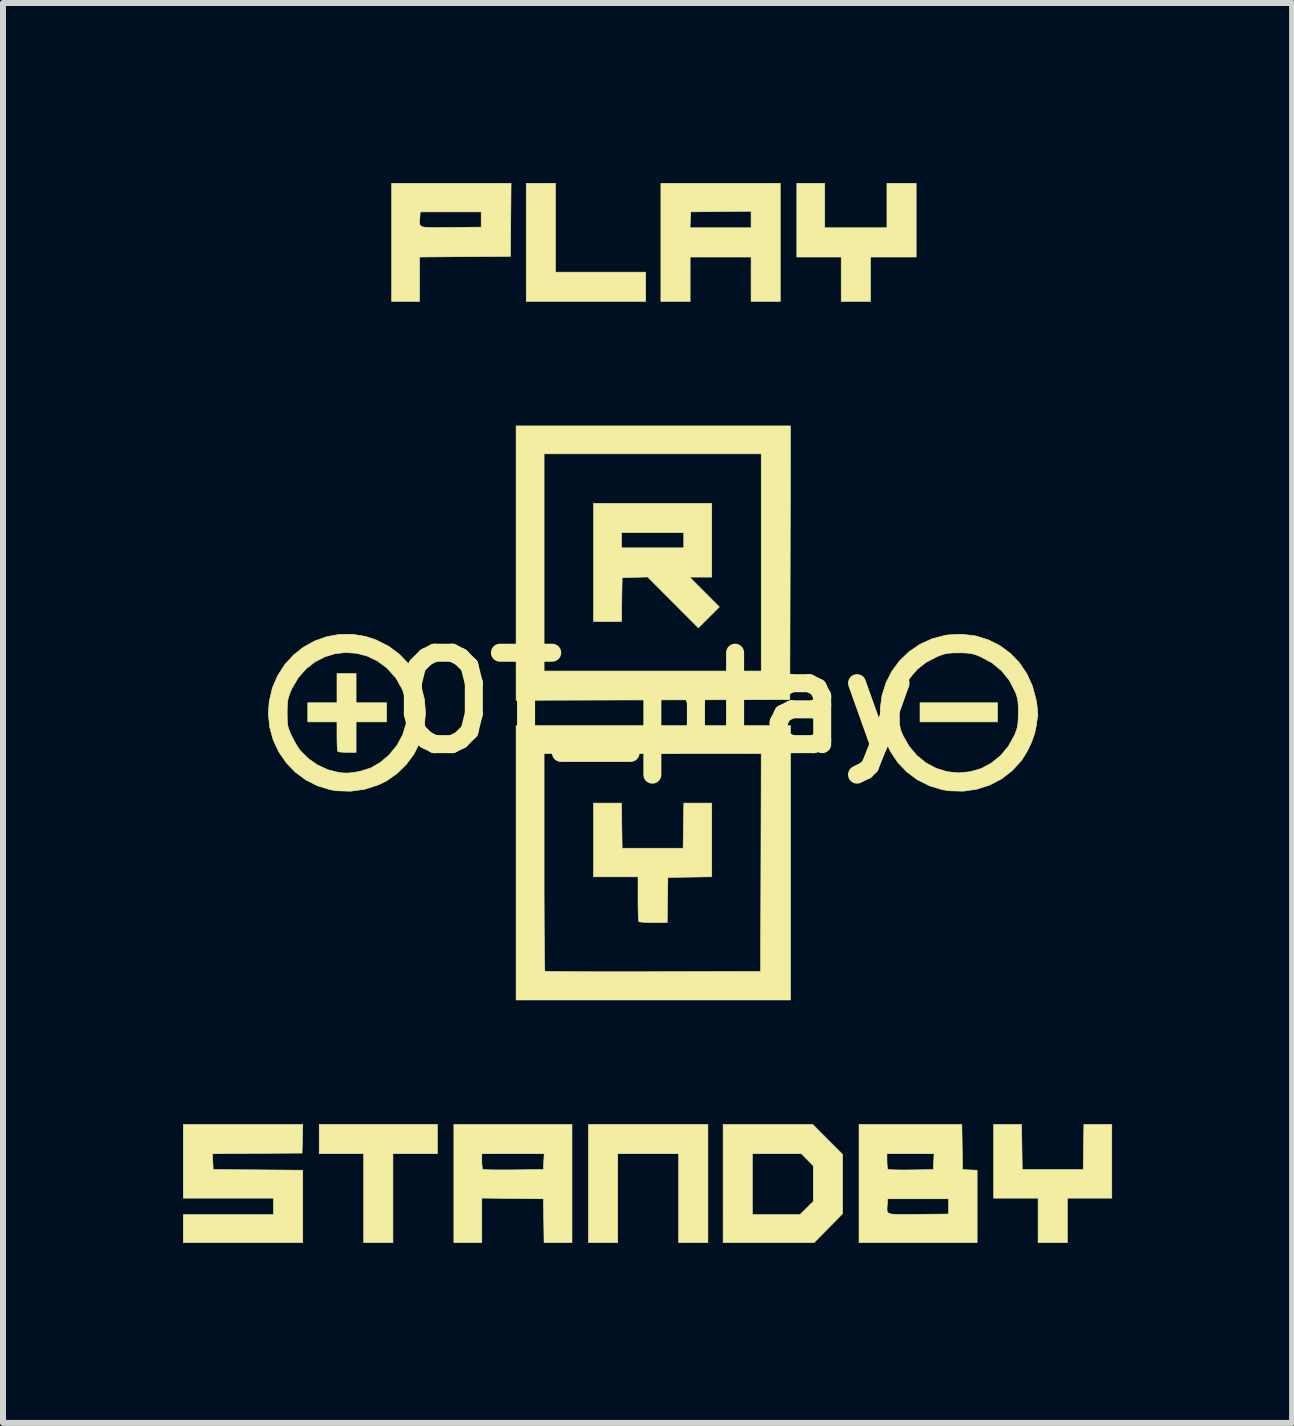
<source format=kicad_pcb>
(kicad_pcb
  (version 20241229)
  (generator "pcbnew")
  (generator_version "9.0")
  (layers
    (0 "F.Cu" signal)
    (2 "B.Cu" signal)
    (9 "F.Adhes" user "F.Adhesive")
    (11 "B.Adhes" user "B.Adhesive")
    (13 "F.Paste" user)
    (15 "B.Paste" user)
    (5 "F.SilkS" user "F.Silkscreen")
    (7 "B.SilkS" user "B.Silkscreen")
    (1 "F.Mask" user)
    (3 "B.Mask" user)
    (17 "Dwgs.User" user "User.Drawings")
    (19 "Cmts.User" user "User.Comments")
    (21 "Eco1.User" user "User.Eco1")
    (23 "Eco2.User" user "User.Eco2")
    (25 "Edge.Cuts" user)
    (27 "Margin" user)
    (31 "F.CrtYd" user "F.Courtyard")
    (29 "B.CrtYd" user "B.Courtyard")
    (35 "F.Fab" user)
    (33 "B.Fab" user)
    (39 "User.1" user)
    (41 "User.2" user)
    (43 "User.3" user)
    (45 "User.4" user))
  (footprint "OT_play"
    (layer "F.Cu")
    (at 7.858 8.662)
    (property "Reference" "OT_play" (at 0 0 0) (layer "F.SilkS") (effects (font (size 1.524 1.524) (thickness 0.3))))
    (attr through_hole)
    (fp_poly (pts (xy 5.715 0.318) (xy 4.424 0.318) (xy 4.424 0) (xy 5.715 0) (xy 5.715 0.318)) (stroke (width 0.01) (type solid)) (fill yes) (layer "F.SilkS"))
    (fp_poly (pts (xy -1.651 -7.176) (xy -0.148 -7.176) (xy -0.148 -6.689) (xy -2.138 -6.689) (xy -2.138 -8.657) (xy -1.651 -8.657) (xy -1.651 -7.176)) (stroke (width 0.01) (type solid)) (fill yes) (layer "F.SilkS"))
    (fp_poly (pts (xy -3.619 7.514) (xy -4.36 7.514) (xy -4.36 8.996) (xy -4.847 8.996) (xy -4.847 7.514) (xy -5.588 7.514) (xy -5.588 7.027) (xy -3.619 7.027) (xy -3.619 7.514)) (stroke (width 0.01) (type solid)) (fill yes) (layer "F.SilkS"))
    (fp_poly (pts (xy 0.889 8.996) (xy 0.402 8.996) (xy 0.402 7.514) (xy -0.614 7.514) (xy -0.614 8.996) (xy -1.101 8.996) (xy -1.101 7.027) (xy 0.889 7.027) (xy 0.889 8.996)) (stroke (width 0.01) (type solid)) (fill yes) (layer "F.SilkS"))
    (fp_poly (pts (xy 2.836 -7.916) (xy 3.873 -7.916) (xy 3.873 -8.657) (xy 4.36 -8.657) (xy 4.36 -7.429) (xy 3.598 -7.429) (xy 3.598 -6.689) (xy 3.111 -6.689) (xy 3.111 -7.429) (xy 2.371 -7.429) (xy 2.371 -8.657) (xy 2.836 -8.657) (xy 2.836 -7.916)) (stroke (width 0.01) (type solid)) (fill yes) (layer "F.SilkS"))
    (fp_poly (pts (xy 2.26 -2.334) (xy 2.254 -0.053) (xy -0.026 -0.048) (xy -2.307 -0.042) (xy -2.307 -4.149) (xy -1.841 -4.149) (xy -1.841 -0.529) (xy 1.778 -0.529) (xy 1.778 -4.149) (xy -1.841 -4.149) (xy -2.307 -4.149) (xy -2.307 -4.614) (xy 2.265 -4.614) (xy 2.26 -2.334)) (stroke (width 0.01) (type solid)) (fill yes) (layer "F.SilkS"))
    (fp_poly (pts (xy 6.122 7.403) (xy 6.128 7.779) (xy 7.144 7.779) (xy 7.15 7.403) (xy 7.155 7.027) (xy 7.62 7.027) (xy 7.62 8.255) (xy 6.879 8.255) (xy 6.879 8.996) (xy 6.392 8.996) (xy 6.392 8.255) (xy 5.652 8.255) (xy 5.652 7.027) (xy 6.116 7.027) (xy 6.122 7.403)) (stroke (width 0.01) (type solid)) (fill yes) (layer "F.SilkS"))
    (fp_poly (pts (xy -5.868 7.265) (xy -5.874 7.504) (xy -6.621 7.509) (xy -7.368 7.515) (xy -7.362 7.647) (xy -7.355 7.779) (xy -6.609 7.784) (xy -5.863 7.79) (xy -5.863 8.996) (xy -7.853 8.996) (xy -7.853 8.53) (xy -6.35 8.53) (xy -6.35 8.255) (xy -7.853 8.255) (xy -7.853 7.027) (xy -5.862 7.027) (xy -5.868 7.265)) (stroke (width 0.01) (type solid)) (fill yes) (layer "F.SilkS"))
    (fp_poly (pts (xy 2.095 -6.689) (xy 1.609 -6.689) (xy 1.609 -7.429) (xy 0.593 -7.429) (xy 0.593 -6.689) (xy 0.106 -6.689) (xy 0.106 -7.916) (xy 0.591 -7.916) (xy 1.609 -7.916) (xy 1.609 -8.192) (xy 1.106 -8.187) (xy 0.603 -8.181) (xy 0.591 -7.916) (xy 0.106 -7.916) (xy 0.106 -8.657) (xy 2.095 -8.657) (xy 2.095 -6.689)) (stroke (width 0.01) (type solid)) (fill yes) (layer "F.SilkS"))
    (fp_poly (pts (xy 2.884 7.276) (xy 3.133 7.525) (xy 3.133 8.515) (xy 2.896 8.756) (xy 2.659 8.996) (xy 1.143 8.996) (xy 1.143 7.514) (xy 1.63 7.514) (xy 1.63 8.53) (xy 2.422 8.53) (xy 2.534 8.42) (xy 2.646 8.309) (xy 2.646 7.717) (xy 2.546 7.615) (xy 2.446 7.514) (xy 1.63 7.514) (xy 1.143 7.514) (xy 1.143 7.027) (xy 2.636 7.027) (xy 2.884 7.276)) (stroke (width 0.01) (type solid)) (fill yes) (layer "F.SilkS"))
    (fp_poly (pts (xy -4.974 0) (xy -4.466 0) (xy -4.466 0.318) (xy -4.974 0.318) (xy -4.974 0.826) (xy -5.119 0.826) (xy -5.193 0.824) (xy -5.25 0.819) (xy -5.278 0.811) (xy -5.278 0.811) (xy -5.283 0.786) (xy -5.288 0.727) (xy -5.291 0.644) (xy -5.292 0.557) (xy -5.292 0.318) (xy -5.779 0.318) (xy -5.779 0) (xy -5.292 0) (xy -5.292 -0.487) (xy -4.974 -0.487) (xy -4.974 0)) (stroke (width 0.01) (type solid)) (fill yes) (layer "F.SilkS"))
    (fp_poly (pts (xy 0.953 -2.095) (xy 0.583 -2.095) (xy 1.08 -1.597) (xy 0.905 -1.423) (xy 0.73 -1.249) (xy 0.307 -1.673) (xy -0.116 -2.097) (xy -0.328 -2.091) (xy -0.54 -2.085) (xy -0.546 -1.72) (xy -0.551 -1.355) (xy -1.016 -1.355) (xy -1.016 -2.836) (xy -0.55 -2.836) (xy -0.55 -2.582) (xy 0.487 -2.582) (xy 0.487 -2.836) (xy -0.55 -2.836) (xy -1.016 -2.836) (xy -1.016 -3.323) (xy 0.953 -3.323) (xy 0.953 -2.095)) (stroke (width 0.01) (type solid)) (fill yes) (layer "F.SilkS"))
    (fp_poly (pts (xy -2.402 -7.44) (xy -3.159 -7.435) (xy -3.916 -7.429) (xy -3.916 -6.689) (xy -4.381 -6.689) (xy -4.381 -7.989) (xy -3.916 -7.989) (xy -3.908 -7.96) (xy -3.888 -7.941) (xy -3.85 -7.928) (xy -3.79 -7.921) (xy -3.703 -7.919) (xy -3.585 -7.919) (xy -3.429 -7.921) (xy -3.392 -7.921) (xy -2.889 -7.927) (xy -2.889 -8.181) (xy -3.905 -8.181) (xy -3.912 -8.078) (xy -3.915 -8.028) (xy -3.916 -7.989) (xy -4.381 -7.989) (xy -4.381 -8.657) (xy -2.391 -8.657) (xy -2.402 -7.44)) (stroke (width 0.01) (type solid)) (fill yes) (layer "F.SilkS"))
    (fp_poly (pts (xy -0.546 2.048) (xy -0.54 2.424) (xy 0.476 2.424) (xy 0.488 1.672) (xy 0.953 1.672) (xy 0.953 2.899) (xy 0.587 2.905) (xy 0.222 2.91) (xy 0.216 3.286) (xy 0.211 3.662) (xy -0.018 3.662) (xy -0.113 3.661) (xy -0.191 3.657) (xy -0.244 3.652) (xy -0.261 3.648) (xy -0.266 3.623) (xy -0.27 3.563) (xy -0.273 3.475) (xy -0.275 3.366) (xy -0.275 3.267) (xy -0.275 2.9) (xy -1.016 2.9) (xy -1.016 1.672) (xy -0.551 1.672) (xy -0.546 2.048)) (stroke (width 0.01) (type solid)) (fill yes) (layer "F.SilkS"))
    (fp_poly (pts (xy -1.376 8.996) (xy -1.841 8.996) (xy -1.846 8.631) (xy -1.852 8.266) (xy -2.365 8.26) (xy -2.879 8.254) (xy -2.879 8.996) (xy -3.344 8.996) (xy -3.344 7.514) (xy -2.879 7.514) (xy -2.879 7.638) (xy -2.876 7.707) (xy -2.87 7.757) (xy -2.864 7.776) (xy -2.84 7.779) (xy -2.779 7.782) (xy -2.688 7.784) (xy -2.573 7.785) (xy -2.44 7.785) (xy -2.351 7.784) (xy -1.852 7.779) (xy -1.846 7.646) (xy -1.839 7.514) (xy -2.879 7.514) (xy -3.344 7.514) (xy -3.344 7.027) (xy -1.376 7.027) (xy -1.376 8.996)) (stroke (width 0.01) (type solid)) (fill yes) (layer "F.SilkS"))
    (fp_poly (pts (xy 2.265 4.953) (xy -2.307 4.953) (xy -2.307 0.847) (xy -1.841 0.847) (xy -1.841 2.653) (xy -1.841 2.926) (xy -1.841 3.186) (xy -1.84 3.432) (xy -1.839 3.659) (xy -1.838 3.864) (xy -1.836 4.045) (xy -1.835 4.198) (xy -1.833 4.321) (xy -1.831 4.409) (xy -1.829 4.461) (xy -1.827 4.473) (xy -1.804 4.475) (xy -1.742 4.477) (xy -1.644 4.479) (xy -1.513 4.48) (xy -1.352 4.481) (xy -1.164 4.482) (xy -0.953 4.483) (xy -0.721 4.483) (xy -0.471 4.483) (xy -0.208 4.483) (xy -0.023 4.482) (xy 1.767 4.477) (xy 1.773 2.662) (xy 1.778 0.847) (xy -1.841 0.847) (xy -2.307 0.847) (xy -2.307 0.381) (xy 2.265 0.381) (xy 2.265 4.953)) (stroke (width 0.01) (type solid)) (fill yes) (layer "F.SilkS"))
    (fp_poly (pts (xy 5.127 7.403) (xy 5.133 7.779) (xy 5.255 7.785) (xy 5.376 7.791) (xy 5.376 8.996) (xy 3.408 8.996) (xy 3.408 8.458) (xy 3.874 8.458) (xy 3.881 8.486) (xy 3.901 8.506) (xy 3.939 8.519) (xy 3.999 8.525) (xy 4.086 8.528) (xy 4.205 8.528) (xy 4.36 8.526) (xy 4.397 8.525) (xy 4.9 8.52) (xy 4.9 8.266) (xy 3.884 8.266) (xy 3.878 8.369) (xy 3.874 8.419) (xy 3.874 8.458) (xy 3.408 8.458) (xy 3.408 7.514) (xy 3.873 7.514) (xy 3.873 7.638) (xy 3.876 7.707) (xy 3.882 7.758) (xy 3.888 7.776) (xy 3.913 7.78) (xy 3.973 7.783) (xy 4.061 7.785) (xy 4.171 7.786) (xy 4.274 7.785) (xy 4.646 7.779) (xy 4.652 7.646) (xy 4.659 7.514) (xy 3.873 7.514) (xy 3.408 7.514) (xy 3.408 7.027) (xy 5.121 7.027) (xy 5.127 7.403)) (stroke (width 0.01) (type solid)) (fill yes) (layer "F.SilkS"))
    (fp_poly (pts (xy -4.818 -1.106) (xy -4.641 -1.048) (xy -4.431 -0.942) (xy -4.249 -0.806) (xy -4.097 -0.645) (xy -3.976 -0.463) (xy -3.887 -0.264) (xy -3.834 -0.052) (xy -3.817 0.17) (xy -3.838 0.397) (xy -3.898 0.624) (xy -3.916 0.671) (xy -4.01 0.856) (xy -4.137 1.027) (xy -4.291 1.178) (xy -4.462 1.299) (xy -4.595 1.365) (xy -4.83 1.441) (xy -5.065 1.474) (xy -5.299 1.466) (xy -5.397 1.45) (xy -5.614 1.385) (xy -5.812 1.285) (xy -5.987 1.155) (xy -6.138 0.998) (xy -6.262 0.818) (xy -6.354 0.621) (xy -6.413 0.409) (xy -6.436 0.188) (xy -6.435 0.169) (xy -6.122 0.169) (xy -6.121 0.272) (xy -6.117 0.347) (xy -6.106 0.407) (xy -6.086 0.465) (xy -6.055 0.537) (xy -6.048 0.55) (xy -6.003 0.639) (xy -5.953 0.726) (xy -5.907 0.793) (xy -5.903 0.798) (xy -5.771 0.93) (xy -5.613 1.038) (xy -5.438 1.118) (xy -5.263 1.161) (xy -5.184 1.17) (xy -5.116 1.171) (xy -5.045 1.165) (xy -4.954 1.151) (xy -4.904 1.141) (xy -4.731 1.087) (xy -4.568 0.993) (xy -4.424 0.87) (xy -4.293 0.71) (xy -4.198 0.536) (xy -4.141 0.352) (xy -4.122 0.162) (xy -4.141 -0.028) (xy -4.198 -0.213) (xy -4.295 -0.389) (xy -4.325 -0.431) (xy -4.464 -0.583) (xy -4.62 -0.698) (xy -4.789 -0.779) (xy -4.966 -0.825) (xy -5.146 -0.838) (xy -5.325 -0.818) (xy -5.498 -0.765) (xy -5.661 -0.68) (xy -5.809 -0.564) (xy -5.937 -0.418) (xy -6.042 -0.241) (xy -6.064 -0.191) (xy -6.091 -0.12) (xy -6.109 -0.057) (xy -6.118 0.013) (xy -6.122 0.103) (xy -6.122 0.169) (xy -6.435 0.169) (xy -6.422 -0.021) (xy -6.369 -0.247) (xy -6.281 -0.452) (xy -6.163 -0.635) (xy -6.019 -0.794) (xy -5.852 -0.926) (xy -5.666 -1.029) (xy -5.466 -1.101) (xy -5.256 -1.139) (xy -5.038 -1.142) (xy -4.818 -1.106)) (stroke (width 0.01) (type solid)) (fill yes) (layer "F.SilkS"))
    (fp_poly (pts (xy 5.349 -1.115) (xy 5.561 -1.05) (xy 5.756 -0.952) (xy 5.931 -0.823) (xy 6.082 -0.665) (xy 6.206 -0.481) (xy 6.3 -0.273) (xy 6.36 -0.045) (xy 6.37 0.015) (xy 6.38 0.102) (xy 6.386 0.173) (xy 6.388 0.217) (xy 6.386 0.227) (xy 6.379 0.255) (xy 6.37 0.313) (xy 6.363 0.375) (xy 6.336 0.506) (xy 6.285 0.653) (xy 6.215 0.801) (xy 6.132 0.936) (xy 6.107 0.971) (xy 5.956 1.135) (xy 5.779 1.27) (xy 5.581 1.373) (xy 5.367 1.441) (xy 5.144 1.473) (xy 4.917 1.467) (xy 4.805 1.45) (xy 4.583 1.384) (xy 4.381 1.283) (xy 4.202 1.15) (xy 4.049 0.988) (xy 3.925 0.801) (xy 3.833 0.592) (xy 3.777 0.365) (xy 3.771 0.328) (xy 3.762 0.119) (xy 4.078 0.119) (xy 4.078 0.169) (xy 4.08 0.28) (xy 4.084 0.36) (xy 4.094 0.421) (xy 4.11 0.476) (xy 4.136 0.536) (xy 4.137 0.54) (xy 4.241 0.723) (xy 4.371 0.878) (xy 4.523 1.001) (xy 4.693 1.092) (xy 4.875 1.148) (xy 5.066 1.168) (xy 5.261 1.149) (xy 5.44 1.097) (xy 5.612 1.006) (xy 5.766 0.881) (xy 5.896 0.726) (xy 5.996 0.547) (xy 6.006 0.525) (xy 6.032 0.455) (xy 6.049 0.392) (xy 6.058 0.319) (xy 6.062 0.225) (xy 6.063 0.169) (xy 6.062 0.058) (xy 6.056 -0.024) (xy 6.043 -0.091) (xy 6.022 -0.156) (xy 6.013 -0.18) (xy 5.915 -0.37) (xy 5.786 -0.532) (xy 5.626 -0.664) (xy 5.437 -0.766) (xy 5.433 -0.768) (xy 5.356 -0.799) (xy 5.29 -0.818) (xy 5.221 -0.828) (xy 5.134 -0.832) (xy 5.069 -0.832) (xy 4.964 -0.831) (xy 4.887 -0.824) (xy 4.821 -0.811) (xy 4.753 -0.787) (xy 4.708 -0.769) (xy 4.527 -0.675) (xy 4.377 -0.558) (xy 4.254 -0.412) (xy 4.151 -0.233) (xy 4.144 -0.218) (xy 4.115 -0.152) (xy 4.096 -0.098) (xy 4.085 -0.043) (xy 4.079 0.026) (xy 4.078 0.119) (xy 3.762 0.119) (xy 3.761 0.099) (xy 3.791 -0.122) (xy 3.856 -0.331) (xy 3.954 -0.524) (xy 4.083 -0.699) (xy 4.24 -0.85) (xy 4.42 -0.973) (xy 4.622 -1.066) (xy 4.843 -1.124) (xy 4.889 -1.131) (xy 5.124 -1.142) (xy 5.349 -1.115)) (stroke (width 0.01) (type solid)) (fill yes) (layer "F.SilkS")))
  (gr_rect
    (start -3 -3)
    (end 18.483 20.663)
    (stroke (width 0.1) (type default))
    (fill no)
    (layer "Edge.Cuts")))
</source>
